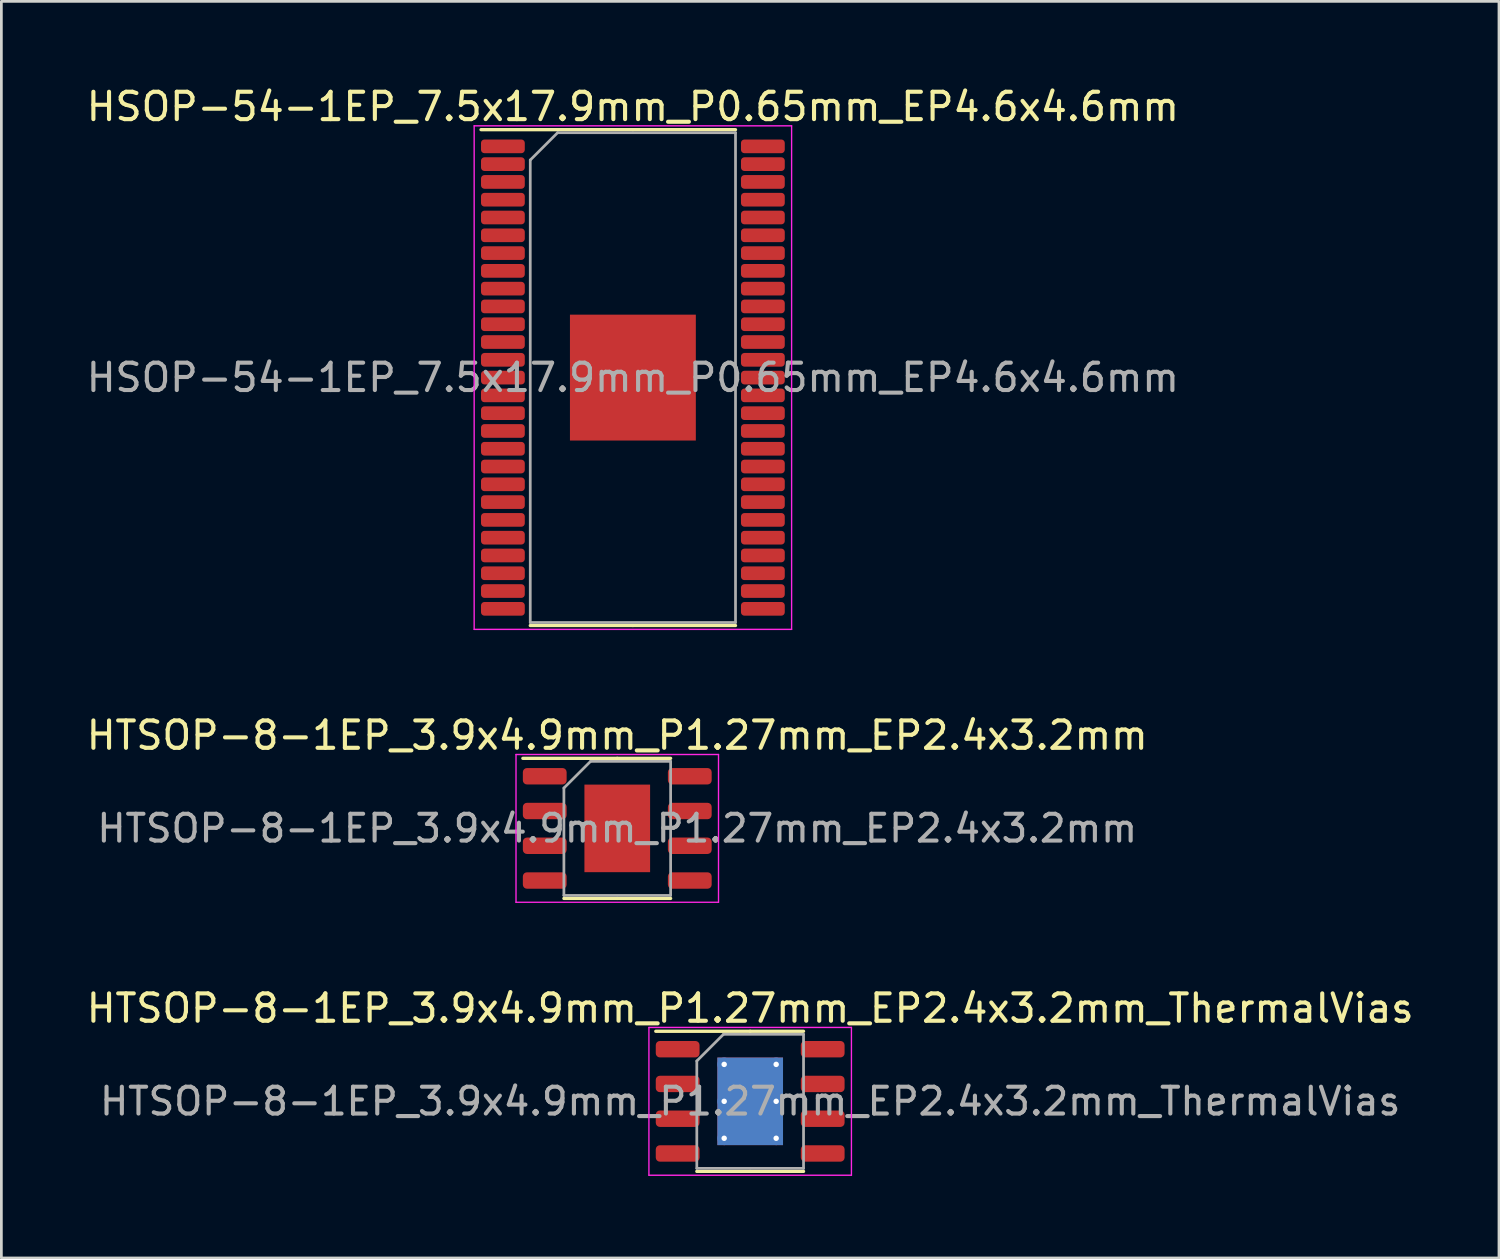
<source format=kicad_pcb>
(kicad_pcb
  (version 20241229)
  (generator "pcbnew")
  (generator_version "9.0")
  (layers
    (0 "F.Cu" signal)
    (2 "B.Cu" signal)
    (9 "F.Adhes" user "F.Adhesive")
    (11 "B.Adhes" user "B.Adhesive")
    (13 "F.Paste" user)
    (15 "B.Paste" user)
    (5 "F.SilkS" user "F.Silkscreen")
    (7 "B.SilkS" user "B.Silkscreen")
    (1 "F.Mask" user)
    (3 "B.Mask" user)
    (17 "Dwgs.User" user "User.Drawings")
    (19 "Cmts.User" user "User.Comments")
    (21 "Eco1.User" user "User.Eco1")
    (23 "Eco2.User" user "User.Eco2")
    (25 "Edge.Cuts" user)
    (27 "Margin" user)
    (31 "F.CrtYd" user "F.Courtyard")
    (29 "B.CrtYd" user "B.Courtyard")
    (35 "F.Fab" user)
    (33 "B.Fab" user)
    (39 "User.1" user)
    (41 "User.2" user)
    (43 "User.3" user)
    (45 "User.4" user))
  (footprint "HSOP-54-1EP_7.5x17.9mm_P0.65mm_EP4.6x4.6mm"
    (layer "F.Cu")
    (at 20.077 10.748)
    (property "Reference" "HSOP-54-1EP_7.5x17.9mm_P0.65mm_EP4.6x4.6mm" (at 0 -9.9 0) (layer "F.SilkS") (effects (font (size 1 1) (thickness 0.15))))
    (attr smd)
    (fp_line (start 0 -9.06) (end -5.55 -9.06) (stroke (width 0.12) (type solid)) (layer "F.SilkS"))
    (fp_line (start 0 -9.06) (end 3.75 -9.06) (stroke (width 0.12) (type solid)) (layer "F.SilkS"))
    (fp_line (start 0 9.06) (end -3.75 9.06) (stroke (width 0.12) (type solid)) (layer "F.SilkS"))
    (fp_line (start 0 9.06) (end 3.75 9.06) (stroke (width 0.12) (type solid)) (layer "F.SilkS"))
    (fp_line (start -5.8 -9.2) (end -5.8 9.2) (stroke (width 0.05) (type solid)) (layer "F.CrtYd"))
    (fp_line (start -5.8 9.2) (end 5.8 9.2) (stroke (width 0.05) (type solid)) (layer "F.CrtYd"))
    (fp_line (start 5.8 -9.2) (end -5.8 -9.2) (stroke (width 0.05) (type solid)) (layer "F.CrtYd"))
    (fp_line (start 5.8 9.2) (end 5.8 -9.2) (stroke (width 0.05) (type solid)) (layer "F.CrtYd"))
    (fp_line (start -3.75 -7.95) (end -2.75 -8.95) (stroke (width 0.1) (type solid)) (layer "F.Fab"))
    (fp_line (start -3.75 8.95) (end -3.75 -7.95) (stroke (width 0.1) (type solid)) (layer "F.Fab"))
    (fp_line (start -2.75 -8.95) (end 3.75 -8.95) (stroke (width 0.1) (type solid)) (layer "F.Fab"))
    (fp_line (start 3.75 -8.95) (end 3.75 8.95) (stroke (width 0.1) (type solid)) (layer "F.Fab"))
    (fp_line (start 3.75 8.95) (end -3.75 8.95) (stroke (width 0.1) (type solid)) (layer "F.Fab"))
    (fp_text user "${REFERENCE}" (at 0 0 0) (layer "F.Fab") (effects (font (size 1 1) (thickness 0.15))))
    (pad "" smd roundrect (at -1.15 -1.15) (size 1.85 1.85) (layers "F.Paste") (roundrect_rratio 0.135))
    (pad "" smd roundrect (at -1.15 1.15) (size 1.85 1.85) (layers "F.Paste") (roundrect_rratio 0.135))
    (pad "" smd roundrect (at 1.15 -1.15) (size 1.85 1.85) (layers "F.Paste") (roundrect_rratio 0.135))
    (pad "" smd roundrect (at 1.15 1.15) (size 1.85 1.85) (layers "F.Paste") (roundrect_rratio 0.135))
    (pad "1" smd roundrect (at -4.75 -8.45) (size 1.6 0.5) (layers "F.Cu" "F.Mask" "F.Paste") (roundrect_rratio 0.25))
    (pad "2" smd roundrect (at -4.75 -7.8) (size 1.6 0.5) (layers "F.Cu" "F.Mask" "F.Paste") (roundrect_rratio 0.25))
    (pad "3" smd roundrect (at -4.75 -7.15) (size 1.6 0.5) (layers "F.Cu" "F.Mask" "F.Paste") (roundrect_rratio 0.25))
    (pad "4" smd roundrect (at -4.75 -6.5) (size 1.6 0.5) (layers "F.Cu" "F.Mask" "F.Paste") (roundrect_rratio 0.25))
    (pad "5" smd roundrect (at -4.75 -5.85) (size 1.6 0.5) (layers "F.Cu" "F.Mask" "F.Paste") (roundrect_rratio 0.25))
    (pad "6" smd roundrect (at -4.75 -5.2) (size 1.6 0.5) (layers "F.Cu" "F.Mask" "F.Paste") (roundrect_rratio 0.25))
    (pad "7" smd roundrect (at -4.75 -4.55) (size 1.6 0.5) (layers "F.Cu" "F.Mask" "F.Paste") (roundrect_rratio 0.25))
    (pad "8" smd roundrect (at -4.75 -3.9) (size 1.6 0.5) (layers "F.Cu" "F.Mask" "F.Paste") (roundrect_rratio 0.25))
    (pad "9" smd roundrect (at -4.75 -3.25) (size 1.6 0.5) (layers "F.Cu" "F.Mask" "F.Paste") (roundrect_rratio 0.25))
    (pad "10" smd roundrect (at -4.75 -2.6) (size 1.6 0.5) (layers "F.Cu" "F.Mask" "F.Paste") (roundrect_rratio 0.25))
    (pad "11" smd roundrect (at -4.75 -1.95) (size 1.6 0.5) (layers "F.Cu" "F.Mask" "F.Paste") (roundrect_rratio 0.25))
    (pad "12" smd roundrect (at -4.75 -1.3) (size 1.6 0.5) (layers "F.Cu" "F.Mask" "F.Paste") (roundrect_rratio 0.25))
    (pad "13" smd roundrect (at -4.75 -0.65) (size 1.6 0.5) (layers "F.Cu" "F.Mask" "F.Paste") (roundrect_rratio 0.25))
    (pad "14" smd roundrect (at -4.75 0) (size 1.6 0.5) (layers "F.Cu" "F.Mask" "F.Paste") (roundrect_rratio 0.25))
    (pad "15" smd roundrect (at -4.75 0.65) (size 1.6 0.5) (layers "F.Cu" "F.Mask" "F.Paste") (roundrect_rratio 0.25))
    (pad "16" smd roundrect (at -4.75 1.3) (size 1.6 0.5) (layers "F.Cu" "F.Mask" "F.Paste") (roundrect_rratio 0.25))
    (pad "17" smd roundrect (at -4.75 1.95) (size 1.6 0.5) (layers "F.Cu" "F.Mask" "F.Paste") (roundrect_rratio 0.25))
    (pad "18" smd roundrect (at -4.75 2.6) (size 1.6 0.5) (layers "F.Cu" "F.Mask" "F.Paste") (roundrect_rratio 0.25))
    (pad "19" smd roundrect (at -4.75 3.25) (size 1.6 0.5) (layers "F.Cu" "F.Mask" "F.Paste") (roundrect_rratio 0.25))
    (pad "20" smd roundrect (at -4.75 3.9) (size 1.6 0.5) (layers "F.Cu" "F.Mask" "F.Paste") (roundrect_rratio 0.25))
    (pad "21" smd roundrect (at -4.75 4.55) (size 1.6 0.5) (layers "F.Cu" "F.Mask" "F.Paste") (roundrect_rratio 0.25))
    (pad "22" smd roundrect (at -4.75 5.2) (size 1.6 0.5) (layers "F.Cu" "F.Mask" "F.Paste") (roundrect_rratio 0.25))
    (pad "23" smd roundrect (at -4.75 5.85) (size 1.6 0.5) (layers "F.Cu" "F.Mask" "F.Paste") (roundrect_rratio 0.25))
    (pad "24" smd roundrect (at -4.75 6.5) (size 1.6 0.5) (layers "F.Cu" "F.Mask" "F.Paste") (roundrect_rratio 0.25))
    (pad "25" smd roundrect (at -4.75 7.15) (size 1.6 0.5) (layers "F.Cu" "F.Mask" "F.Paste") (roundrect_rratio 0.25))
    (pad "26" smd roundrect (at -4.75 7.8) (size 1.6 0.5) (layers "F.Cu" "F.Mask" "F.Paste") (roundrect_rratio 0.25))
    (pad "27" smd roundrect (at -4.75 8.45) (size 1.6 0.5) (layers "F.Cu" "F.Mask" "F.Paste") (roundrect_rratio 0.25))
    (pad "28" smd roundrect (at 4.75 8.45) (size 1.6 0.5) (layers "F.Cu" "F.Mask" "F.Paste") (roundrect_rratio 0.25))
    (pad "29" smd roundrect (at 4.75 7.8) (size 1.6 0.5) (layers "F.Cu" "F.Mask" "F.Paste") (roundrect_rratio 0.25))
    (pad "30" smd roundrect (at 4.75 7.15) (size 1.6 0.5) (layers "F.Cu" "F.Mask" "F.Paste") (roundrect_rratio 0.25))
    (pad "31" smd roundrect (at 4.75 6.5) (size 1.6 0.5) (layers "F.Cu" "F.Mask" "F.Paste") (roundrect_rratio 0.25))
    (pad "32" smd roundrect (at 4.75 5.85) (size 1.6 0.5) (layers "F.Cu" "F.Mask" "F.Paste") (roundrect_rratio 0.25))
    (pad "33" smd roundrect (at 4.75 5.2) (size 1.6 0.5) (layers "F.Cu" "F.Mask" "F.Paste") (roundrect_rratio 0.25))
    (pad "34" smd roundrect (at 4.75 4.55) (size 1.6 0.5) (layers "F.Cu" "F.Mask" "F.Paste") (roundrect_rratio 0.25))
    (pad "35" smd roundrect (at 4.75 3.9) (size 1.6 0.5) (layers "F.Cu" "F.Mask" "F.Paste") (roundrect_rratio 0.25))
    (pad "36" smd roundrect (at 4.75 3.25) (size 1.6 0.5) (layers "F.Cu" "F.Mask" "F.Paste") (roundrect_rratio 0.25))
    (pad "37" smd roundrect (at 4.75 2.6) (size 1.6 0.5) (layers "F.Cu" "F.Mask" "F.Paste") (roundrect_rratio 0.25))
    (pad "38" smd roundrect (at 4.75 1.95) (size 1.6 0.5) (layers "F.Cu" "F.Mask" "F.Paste") (roundrect_rratio 0.25))
    (pad "39" smd roundrect (at 4.75 1.3) (size 1.6 0.5) (layers "F.Cu" "F.Mask" "F.Paste") (roundrect_rratio 0.25))
    (pad "40" smd roundrect (at 4.75 0.65) (size 1.6 0.5) (layers "F.Cu" "F.Mask" "F.Paste") (roundrect_rratio 0.25))
    (pad "41" smd roundrect (at 4.75 0) (size 1.6 0.5) (layers "F.Cu" "F.Mask" "F.Paste") (roundrect_rratio 0.25))
    (pad "42" smd roundrect (at 4.75 -0.65) (size 1.6 0.5) (layers "F.Cu" "F.Mask" "F.Paste") (roundrect_rratio 0.25))
    (pad "43" smd roundrect (at 4.75 -1.3) (size 1.6 0.5) (layers "F.Cu" "F.Mask" "F.Paste") (roundrect_rratio 0.25))
    (pad "44" smd roundrect (at 4.75 -1.95) (size 1.6 0.5) (layers "F.Cu" "F.Mask" "F.Paste") (roundrect_rratio 0.25))
    (pad "45" smd roundrect (at 4.75 -2.6) (size 1.6 0.5) (layers "F.Cu" "F.Mask" "F.Paste") (roundrect_rratio 0.25))
    (pad "46" smd roundrect (at 4.75 -3.25) (size 1.6 0.5) (layers "F.Cu" "F.Mask" "F.Paste") (roundrect_rratio 0.25))
    (pad "47" smd roundrect (at 4.75 -3.9) (size 1.6 0.5) (layers "F.Cu" "F.Mask" "F.Paste") (roundrect_rratio 0.25))
    (pad "48" smd roundrect (at 4.75 -4.55) (size 1.6 0.5) (layers "F.Cu" "F.Mask" "F.Paste") (roundrect_rratio 0.25))
    (pad "49" smd roundrect (at 4.75 -5.2) (size 1.6 0.5) (layers "F.Cu" "F.Mask" "F.Paste") (roundrect_rratio 0.25))
    (pad "50" smd roundrect (at 4.75 -5.85) (size 1.6 0.5) (layers "F.Cu" "F.Mask" "F.Paste") (roundrect_rratio 0.25))
    (pad "51" smd roundrect (at 4.75 -6.5) (size 1.6 0.5) (layers "F.Cu" "F.Mask" "F.Paste") (roundrect_rratio 0.25))
    (pad "52" smd roundrect (at 4.75 -7.15) (size 1.6 0.5) (layers "F.Cu" "F.Mask" "F.Paste") (roundrect_rratio 0.25))
    (pad "53" smd roundrect (at 4.75 -7.8) (size 1.6 0.5) (layers "F.Cu" "F.Mask" "F.Paste") (roundrect_rratio 0.25))
    (pad "54" smd roundrect (at 4.75 -8.45) (size 1.6 0.5) (layers "F.Cu" "F.Mask" "F.Paste") (roundrect_rratio 0.25))
    (pad "55" smd rect (at 0 0) (size 4.6 4.6) (layers "F.Cu" "F.Mask")))
  (footprint "HTSOP-8-1EP_3.9x4.9mm_P1.27mm_EP2.4x3.2mm_ThermalVias"
    (layer "F.Cu")
    (at 24.363 37.195)
    (property "Reference" "HTSOP-8-1EP_3.9x4.9mm_P1.27mm_EP2.4x3.2mm_ThermalVias" (at 0 -3.4 0) (layer "F.SilkS") (effects (font (size 1 1) (thickness 0.15))))
    (attr smd)
    (fp_line (start 0 -2.56) (end -3.45 -2.56) (stroke (width 0.12) (type solid)) (layer "F.SilkS"))
    (fp_line (start 0 -2.56) (end 1.95 -2.56) (stroke (width 0.12) (type solid)) (layer "F.SilkS"))
    (fp_line (start 0 2.56) (end -1.95 2.56) (stroke (width 0.12) (type solid)) (layer "F.SilkS"))
    (fp_line (start 0 2.56) (end 1.95 2.56) (stroke (width 0.12) (type solid)) (layer "F.SilkS"))
    (fp_line (start -3.7 -2.7) (end -3.7 2.7) (stroke (width 0.05) (type solid)) (layer "F.CrtYd"))
    (fp_line (start -3.7 2.7) (end 3.7 2.7) (stroke (width 0.05) (type solid)) (layer "F.CrtYd"))
    (fp_line (start 3.7 -2.7) (end -3.7 -2.7) (stroke (width 0.05) (type solid)) (layer "F.CrtYd"))
    (fp_line (start 3.7 2.7) (end 3.7 -2.7) (stroke (width 0.05) (type solid)) (layer "F.CrtYd"))
    (fp_line (start -1.95 -1.475) (end -0.975 -2.45) (stroke (width 0.1) (type solid)) (layer "F.Fab"))
    (fp_line (start -1.95 2.45) (end -1.95 -1.475) (stroke (width 0.1) (type solid)) (layer "F.Fab"))
    (fp_line (start -0.975 -2.45) (end 1.95 -2.45) (stroke (width 0.1) (type solid)) (layer "F.Fab"))
    (fp_line (start 1.95 -2.45) (end 1.95 2.45) (stroke (width 0.1) (type solid)) (layer "F.Fab"))
    (fp_line (start 1.95 2.45) (end -1.95 2.45) (stroke (width 0.1) (type solid)) (layer "F.Fab"))
    (fp_text user "${REFERENCE}" (at 0 0 0) (layer "F.Fab") (effects (font (size 0.98 0.98) (thickness 0.15))))
    (pad "" smd roundrect (at -0.6 -0.8) (size 0.97 1.29) (layers "F.Paste") (roundrect_rratio 0.25))
    (pad "" smd roundrect (at -0.6 0.8) (size 0.97 1.29) (layers "F.Paste") (roundrect_rratio 0.25))
    (pad "" smd roundrect (at 0.6 -0.8) (size 0.97 1.29) (layers "F.Paste") (roundrect_rratio 0.25))
    (pad "" smd roundrect (at 0.6 0.8) (size 0.97 1.29) (layers "F.Paste") (roundrect_rratio 0.25))
    (pad "1" smd roundrect (at -2.65 -1.905) (size 1.6 0.6) (layers "F.Cu" "F.Mask" "F.Paste") (roundrect_rratio 0.25))
    (pad "2" smd roundrect (at -2.65 -0.635) (size 1.6 0.6) (layers "F.Cu" "F.Mask" "F.Paste") (roundrect_rratio 0.25))
    (pad "3" smd roundrect (at -2.65 0.635) (size 1.6 0.6) (layers "F.Cu" "F.Mask" "F.Paste") (roundrect_rratio 0.25))
    (pad "4" smd roundrect (at -2.65 1.905) (size 1.6 0.6) (layers "F.Cu" "F.Mask" "F.Paste") (roundrect_rratio 0.25))
    (pad "5" smd roundrect (at 2.65 1.905) (size 1.6 0.6) (layers "F.Cu" "F.Mask" "F.Paste") (roundrect_rratio 0.25))
    (pad "6" smd roundrect (at 2.65 0.635) (size 1.6 0.6) (layers "F.Cu" "F.Mask" "F.Paste") (roundrect_rratio 0.25))
    (pad "7" smd roundrect (at 2.65 -0.635) (size 1.6 0.6) (layers "F.Cu" "F.Mask" "F.Paste") (roundrect_rratio 0.25))
    (pad "8" smd roundrect (at 2.65 -1.905) (size 1.6 0.6) (layers "F.Cu" "F.Mask" "F.Paste") (roundrect_rratio 0.25))
    (pad "9" thru_hole circle (at -0.95 -1.35) (size 0.5 0.5) (drill 0.2) (layers "*.Cu"))
    (pad "9" thru_hole circle (at -0.95 0) (size 0.5 0.5) (drill 0.2) (layers "*.Cu"))
    (pad "9" thru_hole circle (at -0.95 1.35) (size 0.5 0.5) (drill 0.2) (layers "*.Cu"))
    (pad "9" smd rect (at 0 0) (size 2.4 3.2) (layers "F.Cu" "F.Mask"))
    (pad "9" smd rect (at 0 0) (size 2.4 3.2) (layers "B.Cu"))
    (pad "9" thru_hole circle (at 0.95 -1.35) (size 0.5 0.5) (drill 0.2) (layers "*.Cu"))
    (pad "9" thru_hole circle (at 0.95 0) (size 0.5 0.5) (drill 0.2) (layers "*.Cu"))
    (pad "9" thru_hole circle (at 0.95 1.35) (size 0.5 0.5) (drill 0.2) (layers "*.Cu")))
  (footprint "HTSOP-8-1EP_3.9x4.9mm_P1.27mm_EP2.4x3.2mm"
    (layer "F.Cu")
    (at 19.506 27.221)
    (property "Reference" "HTSOP-8-1EP_3.9x4.9mm_P1.27mm_EP2.4x3.2mm" (at 0 -3.4 0) (layer "F.SilkS") (effects (font (size 1 1) (thickness 0.15))))
    (attr smd)
    (fp_line (start 0 -2.56) (end -3.45 -2.56) (stroke (width 0.12) (type solid)) (layer "F.SilkS"))
    (fp_line (start 0 -2.56) (end 1.95 -2.56) (stroke (width 0.12) (type solid)) (layer "F.SilkS"))
    (fp_line (start 0 2.56) (end -1.95 2.56) (stroke (width 0.12) (type solid)) (layer "F.SilkS"))
    (fp_line (start 0 2.56) (end 1.95 2.56) (stroke (width 0.12) (type solid)) (layer "F.SilkS"))
    (fp_line (start -3.7 -2.7) (end -3.7 2.7) (stroke (width 0.05) (type solid)) (layer "F.CrtYd"))
    (fp_line (start -3.7 2.7) (end 3.7 2.7) (stroke (width 0.05) (type solid)) (layer "F.CrtYd"))
    (fp_line (start 3.7 -2.7) (end -3.7 -2.7) (stroke (width 0.05) (type solid)) (layer "F.CrtYd"))
    (fp_line (start 3.7 2.7) (end 3.7 -2.7) (stroke (width 0.05) (type solid)) (layer "F.CrtYd"))
    (fp_line (start -1.95 -1.475) (end -0.975 -2.45) (stroke (width 0.1) (type solid)) (layer "F.Fab"))
    (fp_line (start -1.95 2.45) (end -1.95 -1.475) (stroke (width 0.1) (type solid)) (layer "F.Fab"))
    (fp_line (start -0.975 -2.45) (end 1.95 -2.45) (stroke (width 0.1) (type solid)) (layer "F.Fab"))
    (fp_line (start 1.95 -2.45) (end 1.95 2.45) (stroke (width 0.1) (type solid)) (layer "F.Fab"))
    (fp_line (start 1.95 2.45) (end -1.95 2.45) (stroke (width 0.1) (type solid)) (layer "F.Fab"))
    (fp_text user "${REFERENCE}" (at 0 0 0) (layer "F.Fab") (effects (font (size 0.98 0.98) (thickness 0.15))))
    (pad "" smd roundrect (at -0.6 -0.8) (size 0.97 1.29) (layers "F.Paste") (roundrect_rratio 0.25))
    (pad "" smd roundrect (at -0.6 0.8) (size 0.97 1.29) (layers "F.Paste") (roundrect_rratio 0.25))
    (pad "" smd roundrect (at 0.6 -0.8) (size 0.97 1.29) (layers "F.Paste") (roundrect_rratio 0.25))
    (pad "" smd roundrect (at 0.6 0.8) (size 0.97 1.29) (layers "F.Paste") (roundrect_rratio 0.25))
    (pad "1" smd roundrect (at -2.65 -1.905) (size 1.6 0.6) (layers "F.Cu" "F.Mask" "F.Paste") (roundrect_rratio 0.25))
    (pad "2" smd roundrect (at -2.65 -0.635) (size 1.6 0.6) (layers "F.Cu" "F.Mask" "F.Paste") (roundrect_rratio 0.25))
    (pad "3" smd roundrect (at -2.65 0.635) (size 1.6 0.6) (layers "F.Cu" "F.Mask" "F.Paste") (roundrect_rratio 0.25))
    (pad "4" smd roundrect (at -2.65 1.905) (size 1.6 0.6) (layers "F.Cu" "F.Mask" "F.Paste") (roundrect_rratio 0.25))
    (pad "5" smd roundrect (at 2.65 1.905) (size 1.6 0.6) (layers "F.Cu" "F.Mask" "F.Paste") (roundrect_rratio 0.25))
    (pad "6" smd roundrect (at 2.65 0.635) (size 1.6 0.6) (layers "F.Cu" "F.Mask" "F.Paste") (roundrect_rratio 0.25))
    (pad "7" smd roundrect (at 2.65 -0.635) (size 1.6 0.6) (layers "F.Cu" "F.Mask" "F.Paste") (roundrect_rratio 0.25))
    (pad "8" smd roundrect (at 2.65 -1.905) (size 1.6 0.6) (layers "F.Cu" "F.Mask" "F.Paste") (roundrect_rratio 0.25))
    (pad "9" smd rect (at 0 0) (size 2.4 3.2) (layers "F.Cu" "F.Mask")))
  (gr_rect
    (start -3 -3)
    (end 51.726 42.92)
    (stroke (width 0.1) (type default))
    (fill no)
    (layer "Edge.Cuts")))
</source>
